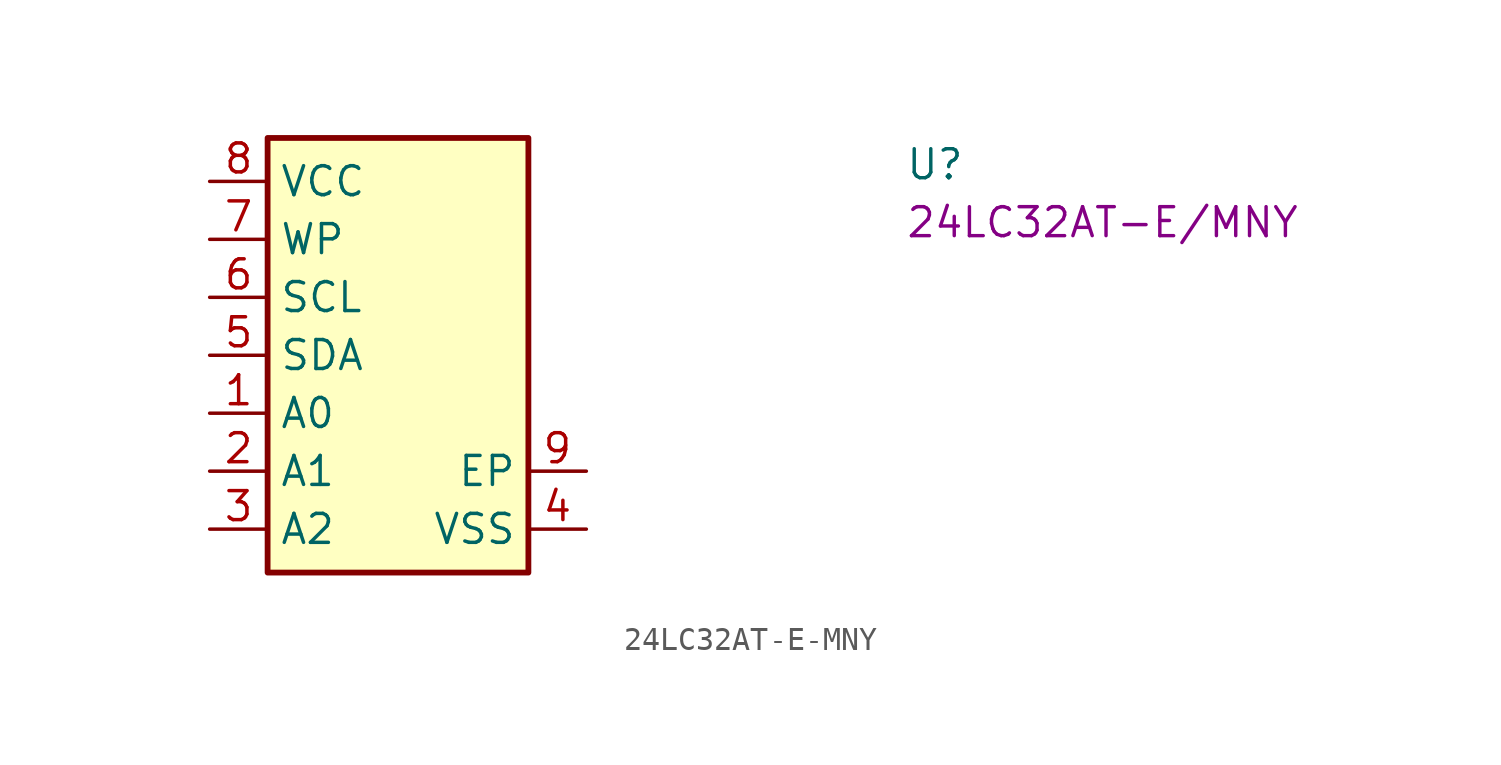
<source format=kicad_sym>
(kicad_symbol_lib
  (version 20220914)
  (generator kicad_symbol_editor)
  (symbol "24LC32AT-E-MNY"
    (property "Reference" "U"
      (at 30.48 0 0)
      (effects (font (size 1.27 1.27) (thickness 0.15)) (justify left bottom)))
    (property "MPN" "24LC32AT-E/MNY"
      (at 30.48 -2.54 0)
      (effects (font (size 1.27 1.27) (thickness 0.15)) (justify left bottom)))
    (symbol "24LC32AT-E-MNY_1_1"
      (rectangle (start 2.54 1.905) (end 13.97 -17.145) (stroke (width 0.254) (type default)) (fill (type background)))
      (pin passive line (at 0 -10.16 0) (length 2.54) (name "A0" (effects (font (size 1.27 1.27)))) (number "1" (effects (font (size 1.27 1.27)))))
      (pin passive line (at 0 -12.7 0) (length 2.54) (name "A1" (effects (font (size 1.27 1.27)))) (number "2" (effects (font (size 1.27 1.27)))))
      (pin passive line (at 0 -15.24 0) (length 2.54) (name "A2" (effects (font (size 1.27 1.27)))) (number "3" (effects (font (size 1.27 1.27)))))
      (pin passive line (at 16.51 -15.24 180) (length 2.54) (name "VSS" (effects (font (size 1.27 1.27)))) (number "4" (effects (font (size 1.27 1.27)))))
      (pin passive line (at 0 -7.62 0) (length 2.54) (name "SDA" (effects (font (size 1.27 1.27)))) (number "5" (effects (font (size 1.27 1.27)))))
      (pin passive line (at 0 -5.08 0) (length 2.54) (name "SCL" (effects (font (size 1.27 1.27)))) (number "6" (effects (font (size 1.27 1.27)))))
      (pin passive line (at 0 -2.54 0) (length 2.54) (name "WP" (effects (font (size 1.27 1.27)))) (number "7" (effects (font (size 1.27 1.27)))))
      (pin passive line (at 0 0 0) (length 2.54) (name "VCC" (effects (font (size 1.27 1.27)))) (number "8" (effects (font (size 1.27 1.27)))))
      (pin passive line (at 16.51 -12.7 180) (length 2.54) (name "EP" (effects (font (size 1.27 1.27)))) (number "9" (effects (font (size 1.27 1.27))))))))
</source>
